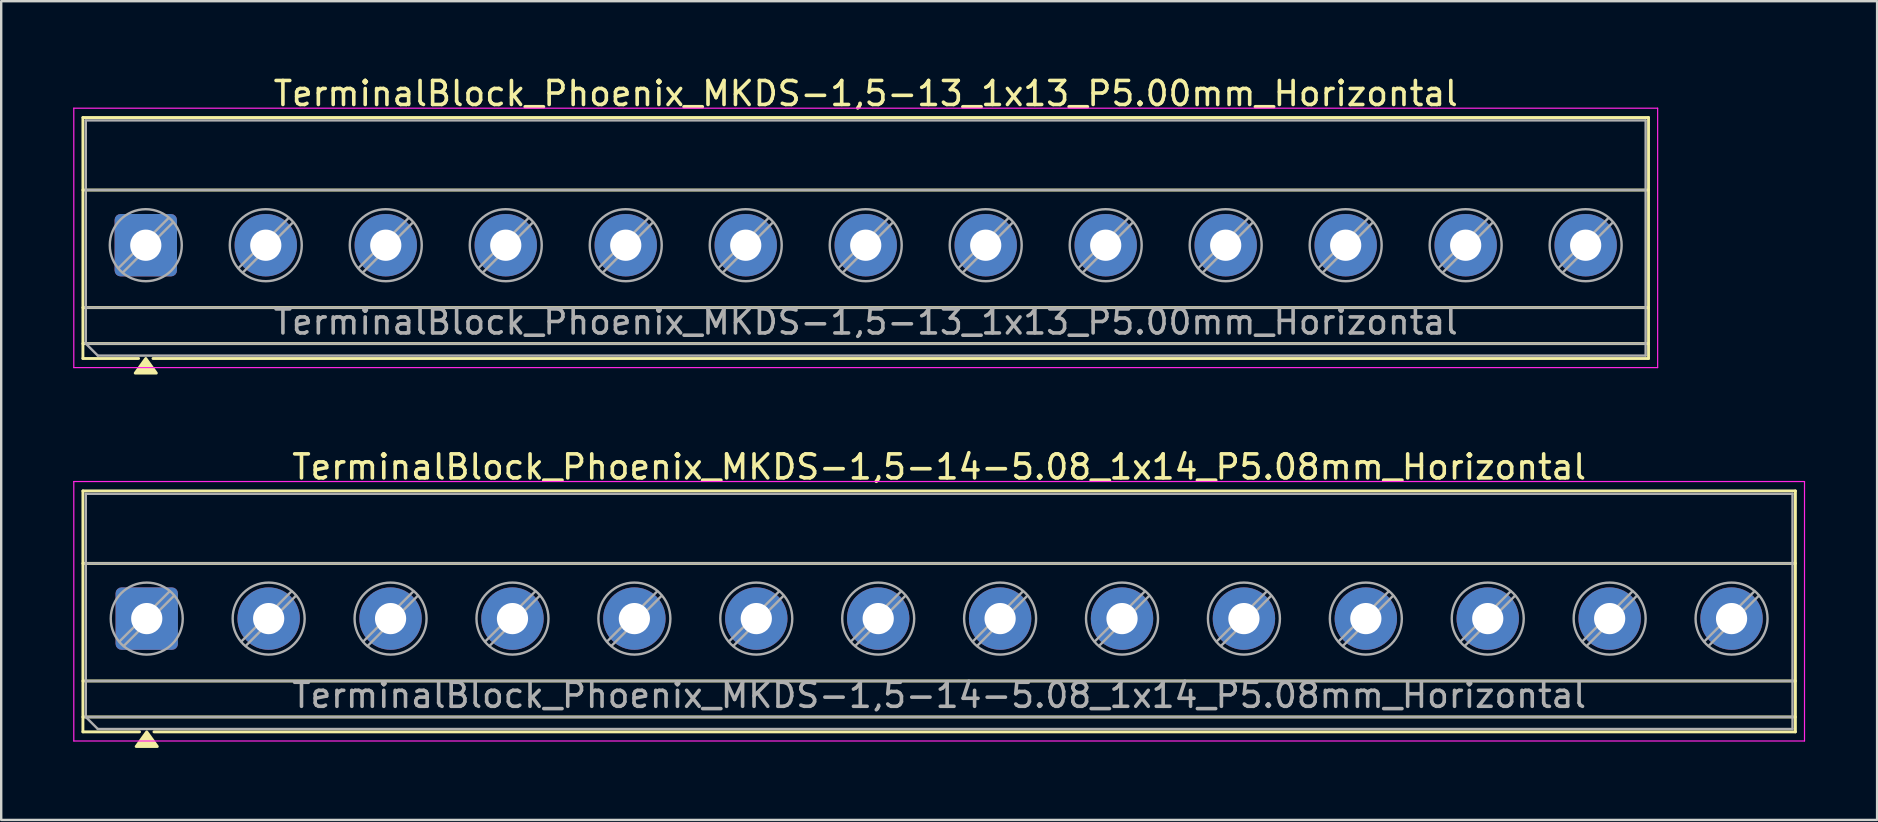
<source format=kicad_pcb>
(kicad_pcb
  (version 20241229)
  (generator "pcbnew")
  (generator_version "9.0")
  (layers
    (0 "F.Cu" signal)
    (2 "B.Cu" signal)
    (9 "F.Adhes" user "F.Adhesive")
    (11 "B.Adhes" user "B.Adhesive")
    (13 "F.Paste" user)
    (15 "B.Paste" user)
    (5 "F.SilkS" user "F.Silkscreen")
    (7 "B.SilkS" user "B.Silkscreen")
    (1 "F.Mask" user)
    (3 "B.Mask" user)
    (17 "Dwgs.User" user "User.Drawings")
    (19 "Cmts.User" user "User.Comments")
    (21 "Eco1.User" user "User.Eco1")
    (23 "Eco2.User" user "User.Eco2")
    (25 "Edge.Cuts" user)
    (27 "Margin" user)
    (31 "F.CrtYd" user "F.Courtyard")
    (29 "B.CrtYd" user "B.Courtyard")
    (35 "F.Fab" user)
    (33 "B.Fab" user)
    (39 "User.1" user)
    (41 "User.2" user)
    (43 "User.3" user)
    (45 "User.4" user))
  (footprint "TerminalBlock_Phoenix_MKDS-1,5-13_1x13_P5.00mm_Horizontal"
    (layer "F.Cu")
    (at 3.025 7.168)
    (property "Reference" "TerminalBlock_Phoenix_MKDS-1,5-13_1x13_P5.00mm_Horizontal" (at 30 -6.32 0) (layer "F.SilkS") (effects (font (size 1 1) (thickness 0.15))))
    (attr through_hole)
    (fp_line (start -2.62 -5.32) (end -2.62 4.72) (stroke (width 0.12) (type solid)) (layer "F.SilkS"))
    (fp_line (start -2.62 -5.32) (end 62.62 -5.32) (stroke (width 0.12) (type solid)) (layer "F.SilkS"))
    (fp_line (start -2.62 -2.3) (end 62.62 -2.3) (stroke (width 0.12) (type solid)) (layer "F.SilkS"))
    (fp_line (start -2.62 2.6) (end 62.62 2.6) (stroke (width 0.12) (type solid)) (layer "F.SilkS"))
    (fp_line (start -2.62 4.1) (end 62.62 4.1) (stroke (width 0.12) (type solid)) (layer "F.SilkS"))
    (fp_line (start -2.62 4.72) (end -0.3 4.72) (stroke (width 0.12) (type solid)) (layer "F.SilkS"))
    (fp_line (start 0.3 4.72) (end 62.62 4.72) (stroke (width 0.12) (type solid)) (layer "F.SilkS"))
    (fp_line (start 62.62 -5.32) (end 62.62 4.72) (stroke (width 0.12) (type solid)) (layer "F.SilkS"))
    (fp_poly (pts (xy 0 4.72) (xy 0.44 5.33) (xy -0.44 5.33)) (stroke (width 0.12) (type solid)) (fill yes) (layer "F.SilkS"))
    (fp_line (start -3 -5.71) (end -3 5.1) (stroke (width 0.05) (type solid)) (layer "F.CrtYd"))
    (fp_line (start -3 5.1) (end 63 5.1) (stroke (width 0.05) (type solid)) (layer "F.CrtYd"))
    (fp_line (start 63 -5.71) (end -3 -5.71) (stroke (width 0.05) (type solid)) (layer "F.CrtYd"))
    (fp_line (start 63 5.1) (end 63 -5.71) (stroke (width 0.05) (type solid)) (layer "F.CrtYd"))
    (fp_line (start -2.5 -5.2) (end 62.5 -5.2) (stroke (width 0.1) (type solid)) (layer "F.Fab"))
    (fp_line (start -2.5 -2.3) (end 62.5 -2.3) (stroke (width 0.1) (type solid)) (layer "F.Fab"))
    (fp_line (start -2.5 2.6) (end 62.5 2.6) (stroke (width 0.1) (type solid)) (layer "F.Fab"))
    (fp_line (start -2.5 4.1) (end -2.5 -5.2) (stroke (width 0.1) (type solid)) (layer "F.Fab"))
    (fp_line (start -2.5 4.1) (end 62.5 4.1) (stroke (width 0.1) (type solid)) (layer "F.Fab"))
    (fp_line (start -2 4.6) (end -2.5 4.1) (stroke (width 0.1) (type solid)) (layer "F.Fab"))
    (fp_line (start 0.955 -1.138) (end -1.138 0.954) (stroke (width 0.1) (type solid)) (layer "F.Fab"))
    (fp_line (start 1.138 -0.954) (end -0.955 1.137) (stroke (width 0.1) (type solid)) (layer "F.Fab"))
    (fp_line (start 5.955 -1.138) (end 3.862 0.954) (stroke (width 0.1) (type solid)) (layer "F.Fab"))
    (fp_line (start 6.138 -0.954) (end 4.045 1.137) (stroke (width 0.1) (type solid)) (layer "F.Fab"))
    (fp_line (start 10.955 -1.138) (end 8.862 0.954) (stroke (width 0.1) (type solid)) (layer "F.Fab"))
    (fp_line (start 11.138 -0.954) (end 9.045 1.137) (stroke (width 0.1) (type solid)) (layer "F.Fab"))
    (fp_line (start 15.955 -1.138) (end 13.862 0.954) (stroke (width 0.1) (type solid)) (layer "F.Fab"))
    (fp_line (start 16.138 -0.954) (end 14.045 1.137) (stroke (width 0.1) (type solid)) (layer "F.Fab"))
    (fp_line (start 20.955 -1.138) (end 18.862 0.954) (stroke (width 0.1) (type solid)) (layer "F.Fab"))
    (fp_line (start 21.138 -0.954) (end 19.045 1.137) (stroke (width 0.1) (type solid)) (layer "F.Fab"))
    (fp_line (start 25.955 -1.138) (end 23.862 0.954) (stroke (width 0.1) (type solid)) (layer "F.Fab"))
    (fp_line (start 26.138 -0.954) (end 24.045 1.137) (stroke (width 0.1) (type solid)) (layer "F.Fab"))
    (fp_line (start 30.955 -1.138) (end 28.862 0.954) (stroke (width 0.1) (type solid)) (layer "F.Fab"))
    (fp_line (start 31.138 -0.954) (end 29.045 1.137) (stroke (width 0.1) (type solid)) (layer "F.Fab"))
    (fp_line (start 35.955 -1.138) (end 33.862 0.954) (stroke (width 0.1) (type solid)) (layer "F.Fab"))
    (fp_line (start 36.138 -0.954) (end 34.045 1.137) (stroke (width 0.1) (type solid)) (layer "F.Fab"))
    (fp_line (start 40.955 -1.138) (end 38.862 0.954) (stroke (width 0.1) (type solid)) (layer "F.Fab"))
    (fp_line (start 41.138 -0.954) (end 39.045 1.137) (stroke (width 0.1) (type solid)) (layer "F.Fab"))
    (fp_line (start 45.955 -1.138) (end 43.862 0.954) (stroke (width 0.1) (type solid)) (layer "F.Fab"))
    (fp_line (start 46.138 -0.954) (end 44.045 1.137) (stroke (width 0.1) (type solid)) (layer "F.Fab"))
    (fp_line (start 50.955 -1.138) (end 48.862 0.954) (stroke (width 0.1) (type solid)) (layer "F.Fab"))
    (fp_line (start 51.138 -0.954) (end 49.045 1.137) (stroke (width 0.1) (type solid)) (layer "F.Fab"))
    (fp_line (start 55.955 -1.138) (end 53.862 0.954) (stroke (width 0.1) (type solid)) (layer "F.Fab"))
    (fp_line (start 56.138 -0.954) (end 54.045 1.137) (stroke (width 0.1) (type solid)) (layer "F.Fab"))
    (fp_line (start 60.955 -1.138) (end 58.862 0.954) (stroke (width 0.1) (type solid)) (layer "F.Fab"))
    (fp_line (start 61.138 -0.954) (end 59.045 1.137) (stroke (width 0.1) (type solid)) (layer "F.Fab"))
    (fp_line (start 62.5 -5.2) (end 62.5 4.6) (stroke (width 0.1) (type solid)) (layer "F.Fab"))
    (fp_line (start 62.5 4.6) (end -2 4.6) (stroke (width 0.1) (type solid)) (layer "F.Fab"))
    (fp_circle (center 0 0) (end 1.5 0) (stroke (width 0.1) (type solid)) (fill no) (layer "F.Fab"))
    (fp_circle (center 5 0) (end 6.5 0) (stroke (width 0.1) (type solid)) (fill no) (layer "F.Fab"))
    (fp_circle (center 10 0) (end 11.5 0) (stroke (width 0.1) (type solid)) (fill no) (layer "F.Fab"))
    (fp_circle (center 15 0) (end 16.5 0) (stroke (width 0.1) (type solid)) (fill no) (layer "F.Fab"))
    (fp_circle (center 20 0) (end 21.5 0) (stroke (width 0.1) (type solid)) (fill no) (layer "F.Fab"))
    (fp_circle (center 25 0) (end 26.5 0) (stroke (width 0.1) (type solid)) (fill no) (layer "F.Fab"))
    (fp_circle (center 30 0) (end 31.5 0) (stroke (width 0.1) (type solid)) (fill no) (layer "F.Fab"))
    (fp_circle (center 35 0) (end 36.5 0) (stroke (width 0.1) (type solid)) (fill no) (layer "F.Fab"))
    (fp_circle (center 40 0) (end 41.5 0) (stroke (width 0.1) (type solid)) (fill no) (layer "F.Fab"))
    (fp_circle (center 45 0) (end 46.5 0) (stroke (width 0.1) (type solid)) (fill no) (layer "F.Fab"))
    (fp_circle (center 50 0) (end 51.5 0) (stroke (width 0.1) (type solid)) (fill no) (layer "F.Fab"))
    (fp_circle (center 55 0) (end 56.5 0) (stroke (width 0.1) (type solid)) (fill no) (layer "F.Fab"))
    (fp_circle (center 60 0) (end 61.5 0) (stroke (width 0.1) (type solid)) (fill no) (layer "F.Fab"))
    (fp_text user "${REFERENCE}" (at 30 3.2 0) (layer "F.Fab") (effects (font (size 1 1) (thickness 0.15))))
    (pad "1" thru_hole roundrect (at 0 0) (size 2.6 2.6) (drill 1.3) (layers "*.Cu" "*.Mask") (roundrect_rratio 0.096))
    (pad "2" thru_hole circle (at 5 0) (size 2.6 2.6) (drill 1.3) (layers "*.Cu" "*.Mask"))
    (pad "3" thru_hole circle (at 10 0) (size 2.6 2.6) (drill 1.3) (layers "*.Cu" "*.Mask"))
    (pad "4" thru_hole circle (at 15 0) (size 2.6 2.6) (drill 1.3) (layers "*.Cu" "*.Mask"))
    (pad "5" thru_hole circle (at 20 0) (size 2.6 2.6) (drill 1.3) (layers "*.Cu" "*.Mask"))
    (pad "6" thru_hole circle (at 25 0) (size 2.6 2.6) (drill 1.3) (layers "*.Cu" "*.Mask"))
    (pad "7" thru_hole circle (at 30 0) (size 2.6 2.6) (drill 1.3) (layers "*.Cu" "*.Mask"))
    (pad "8" thru_hole circle (at 35 0) (size 2.6 2.6) (drill 1.3) (layers "*.Cu" "*.Mask"))
    (pad "9" thru_hole circle (at 40 0) (size 2.6 2.6) (drill 1.3) (layers "*.Cu" "*.Mask"))
    (pad "10" thru_hole circle (at 45 0) (size 2.6 2.6) (drill 1.3) (layers "*.Cu" "*.Mask"))
    (pad "11" thru_hole circle (at 50 0) (size 2.6 2.6) (drill 1.3) (layers "*.Cu" "*.Mask"))
    (pad "12" thru_hole circle (at 55 0) (size 2.6 2.6) (drill 1.3) (layers "*.Cu" "*.Mask"))
    (pad "13" thru_hole circle (at 60 0) (size 2.6 2.6) (drill 1.3) (layers "*.Cu" "*.Mask")))
  (footprint "TerminalBlock_Phoenix_MKDS-1,5-14-5.08_1x14_P5.08mm_Horizontal"
    (layer "F.Cu")
    (at 3.065 22.727)
    (property "Reference" "TerminalBlock_Phoenix_MKDS-1,5-14-5.08_1x14_P5.08mm_Horizontal" (at 33.02 -6.32 0) (layer "F.SilkS") (effects (font (size 1 1) (thickness 0.15))))
    (attr through_hole)
    (fp_line (start -2.66 -5.32) (end -2.66 4.72) (stroke (width 0.12) (type solid)) (layer "F.SilkS"))
    (fp_line (start -2.66 -5.32) (end 68.7 -5.32) (stroke (width 0.12) (type solid)) (layer "F.SilkS"))
    (fp_line (start -2.66 -2.3) (end 68.7 -2.3) (stroke (width 0.12) (type solid)) (layer "F.SilkS"))
    (fp_line (start -2.66 2.6) (end 68.7 2.6) (stroke (width 0.12) (type solid)) (layer "F.SilkS"))
    (fp_line (start -2.66 4.1) (end 68.7 4.1) (stroke (width 0.12) (type solid)) (layer "F.SilkS"))
    (fp_line (start -2.66 4.72) (end -0.3 4.72) (stroke (width 0.12) (type solid)) (layer "F.SilkS"))
    (fp_line (start 0.3 4.72) (end 68.7 4.72) (stroke (width 0.12) (type solid)) (layer "F.SilkS"))
    (fp_line (start 68.7 -5.32) (end 68.7 4.72) (stroke (width 0.12) (type solid)) (layer "F.SilkS"))
    (fp_poly (pts (xy 0 4.72) (xy 0.44 5.33) (xy -0.44 5.33)) (stroke (width 0.12) (type solid)) (fill yes) (layer "F.SilkS"))
    (fp_line (start -3.04 -5.71) (end -3.04 5.1) (stroke (width 0.05) (type solid)) (layer "F.CrtYd"))
    (fp_line (start -3.04 5.1) (end 69.08 5.1) (stroke (width 0.05) (type solid)) (layer "F.CrtYd"))
    (fp_line (start 69.08 -5.71) (end -3.04 -5.71) (stroke (width 0.05) (type solid)) (layer "F.CrtYd"))
    (fp_line (start 69.08 5.1) (end 69.08 -5.71) (stroke (width 0.05) (type solid)) (layer "F.CrtYd"))
    (fp_line (start -2.54 -5.2) (end 68.58 -5.2) (stroke (width 0.1) (type solid)) (layer "F.Fab"))
    (fp_line (start -2.54 -2.3) (end 68.58 -2.3) (stroke (width 0.1) (type solid)) (layer "F.Fab"))
    (fp_line (start -2.54 2.6) (end 68.58 2.6) (stroke (width 0.1) (type solid)) (layer "F.Fab"))
    (fp_line (start -2.54 4.1) (end -2.54 -5.2) (stroke (width 0.1) (type solid)) (layer "F.Fab"))
    (fp_line (start -2.54 4.1) (end 68.58 4.1) (stroke (width 0.1) (type solid)) (layer "F.Fab"))
    (fp_line (start -2.04 4.6) (end -2.54 4.1) (stroke (width 0.1) (type solid)) (layer "F.Fab"))
    (fp_line (start 0.955 -1.138) (end -1.138 0.954) (stroke (width 0.1) (type solid)) (layer "F.Fab"))
    (fp_line (start 1.138 -0.954) (end -0.955 1.137) (stroke (width 0.1) (type solid)) (layer "F.Fab"))
    (fp_line (start 6.035 -1.138) (end 3.942 0.954) (stroke (width 0.1) (type solid)) (layer "F.Fab"))
    (fp_line (start 6.218 -0.954) (end 4.125 1.137) (stroke (width 0.1) (type solid)) (layer "F.Fab"))
    (fp_line (start 11.115 -1.138) (end 9.022 0.954) (stroke (width 0.1) (type solid)) (layer "F.Fab"))
    (fp_line (start 11.298 -0.954) (end 9.205 1.137) (stroke (width 0.1) (type solid)) (layer "F.Fab"))
    (fp_line (start 16.195 -1.138) (end 14.102 0.954) (stroke (width 0.1) (type solid)) (layer "F.Fab"))
    (fp_line (start 16.378 -0.954) (end 14.285 1.137) (stroke (width 0.1) (type solid)) (layer "F.Fab"))
    (fp_line (start 21.275 -1.138) (end 19.182 0.954) (stroke (width 0.1) (type solid)) (layer "F.Fab"))
    (fp_line (start 21.458 -0.954) (end 19.365 1.137) (stroke (width 0.1) (type solid)) (layer "F.Fab"))
    (fp_line (start 26.355 -1.138) (end 24.262 0.954) (stroke (width 0.1) (type solid)) (layer "F.Fab"))
    (fp_line (start 26.538 -0.954) (end 24.445 1.137) (stroke (width 0.1) (type solid)) (layer "F.Fab"))
    (fp_line (start 31.435 -1.138) (end 29.342 0.954) (stroke (width 0.1) (type solid)) (layer "F.Fab"))
    (fp_line (start 31.618 -0.954) (end 29.525 1.137) (stroke (width 0.1) (type solid)) (layer "F.Fab"))
    (fp_line (start 36.515 -1.138) (end 34.422 0.954) (stroke (width 0.1) (type solid)) (layer "F.Fab"))
    (fp_line (start 36.698 -0.954) (end 34.605 1.137) (stroke (width 0.1) (type solid)) (layer "F.Fab"))
    (fp_line (start 41.595 -1.138) (end 39.502 0.954) (stroke (width 0.1) (type solid)) (layer "F.Fab"))
    (fp_line (start 41.778 -0.954) (end 39.685 1.137) (stroke (width 0.1) (type solid)) (layer "F.Fab"))
    (fp_line (start 46.675 -1.138) (end 44.582 0.954) (stroke (width 0.1) (type solid)) (layer "F.Fab"))
    (fp_line (start 46.858 -0.954) (end 44.765 1.137) (stroke (width 0.1) (type solid)) (layer "F.Fab"))
    (fp_line (start 51.755 -1.138) (end 49.662 0.954) (stroke (width 0.1) (type solid)) (layer "F.Fab"))
    (fp_line (start 51.938 -0.954) (end 49.845 1.137) (stroke (width 0.1) (type solid)) (layer "F.Fab"))
    (fp_line (start 56.835 -1.138) (end 54.742 0.954) (stroke (width 0.1) (type solid)) (layer "F.Fab"))
    (fp_line (start 57.018 -0.954) (end 54.925 1.137) (stroke (width 0.1) (type solid)) (layer "F.Fab"))
    (fp_line (start 61.915 -1.138) (end 59.822 0.954) (stroke (width 0.1) (type solid)) (layer "F.Fab"))
    (fp_line (start 62.098 -0.954) (end 60.005 1.137) (stroke (width 0.1) (type solid)) (layer "F.Fab"))
    (fp_line (start 66.995 -1.138) (end 64.902 0.954) (stroke (width 0.1) (type solid)) (layer "F.Fab"))
    (fp_line (start 67.178 -0.954) (end 65.085 1.137) (stroke (width 0.1) (type solid)) (layer "F.Fab"))
    (fp_line (start 68.58 -5.2) (end 68.58 4.6) (stroke (width 0.1) (type solid)) (layer "F.Fab"))
    (fp_line (start 68.58 4.6) (end -2.04 4.6) (stroke (width 0.1) (type solid)) (layer "F.Fab"))
    (fp_circle (center 0 0) (end 1.5 0) (stroke (width 0.1) (type solid)) (fill no) (layer "F.Fab"))
    (fp_circle (center 5.08 0) (end 6.58 0) (stroke (width 0.1) (type solid)) (fill no) (layer "F.Fab"))
    (fp_circle (center 10.16 0) (end 11.66 0) (stroke (width 0.1) (type solid)) (fill no) (layer "F.Fab"))
    (fp_circle (center 15.24 0) (end 16.74 0) (stroke (width 0.1) (type solid)) (fill no) (layer "F.Fab"))
    (fp_circle (center 20.32 0) (end 21.82 0) (stroke (width 0.1) (type solid)) (fill no) (layer "F.Fab"))
    (fp_circle (center 25.4 0) (end 26.9 0) (stroke (width 0.1) (type solid)) (fill no) (layer "F.Fab"))
    (fp_circle (center 30.48 0) (end 31.98 0) (stroke (width 0.1) (type solid)) (fill no) (layer "F.Fab"))
    (fp_circle (center 35.56 0) (end 37.06 0) (stroke (width 0.1) (type solid)) (fill no) (layer "F.Fab"))
    (fp_circle (center 40.64 0) (end 42.14 0) (stroke (width 0.1) (type solid)) (fill no) (layer "F.Fab"))
    (fp_circle (center 45.72 0) (end 47.22 0) (stroke (width 0.1) (type solid)) (fill no) (layer "F.Fab"))
    (fp_circle (center 50.8 0) (end 52.3 0) (stroke (width 0.1) (type solid)) (fill no) (layer "F.Fab"))
    (fp_circle (center 55.88 0) (end 57.38 0) (stroke (width 0.1) (type solid)) (fill no) (layer "F.Fab"))
    (fp_circle (center 60.96 0) (end 62.46 0) (stroke (width 0.1) (type solid)) (fill no) (layer "F.Fab"))
    (fp_circle (center 66.04 0) (end 67.54 0) (stroke (width 0.1) (type solid)) (fill no) (layer "F.Fab"))
    (fp_text user "${REFERENCE}" (at 33.02 3.2 0) (layer "F.Fab") (effects (font (size 1 1) (thickness 0.15))))
    (pad "1" thru_hole roundrect (at 0 0) (size 2.6 2.6) (drill 1.3) (layers "*.Cu" "*.Mask") (roundrect_rratio 0.096))
    (pad "2" thru_hole circle (at 5.08 0) (size 2.6 2.6) (drill 1.3) (layers "*.Cu" "*.Mask"))
    (pad "3" thru_hole circle (at 10.16 0) (size 2.6 2.6) (drill 1.3) (layers "*.Cu" "*.Mask"))
    (pad "4" thru_hole circle (at 15.24 0) (size 2.6 2.6) (drill 1.3) (layers "*.Cu" "*.Mask"))
    (pad "5" thru_hole circle (at 20.32 0) (size 2.6 2.6) (drill 1.3) (layers "*.Cu" "*.Mask"))
    (pad "6" thru_hole circle (at 25.4 0) (size 2.6 2.6) (drill 1.3) (layers "*.Cu" "*.Mask"))
    (pad "7" thru_hole circle (at 30.48 0) (size 2.6 2.6) (drill 1.3) (layers "*.Cu" "*.Mask"))
    (pad "8" thru_hole circle (at 35.56 0) (size 2.6 2.6) (drill 1.3) (layers "*.Cu" "*.Mask"))
    (pad "9" thru_hole circle (at 40.64 0) (size 2.6 2.6) (drill 1.3) (layers "*.Cu" "*.Mask"))
    (pad "10" thru_hole circle (at 45.72 0) (size 2.6 2.6) (drill 1.3) (layers "*.Cu" "*.Mask"))
    (pad "11" thru_hole circle (at 50.8 0) (size 2.6 2.6) (drill 1.3) (layers "*.Cu" "*.Mask"))
    (pad "12" thru_hole circle (at 55.88 0) (size 2.6 2.6) (drill 1.3) (layers "*.Cu" "*.Mask"))
    (pad "13" thru_hole circle (at 60.96 0) (size 2.6 2.6) (drill 1.3) (layers "*.Cu" "*.Mask"))
    (pad "14" thru_hole circle (at 66.04 0) (size 2.6 2.6) (drill 1.3) (layers "*.Cu" "*.Mask")))
  (gr_rect
    (start -3 -3)
    (end 75.17 31.116)
    (stroke (width 0.1) (type default))
    (fill no)
    (layer "Edge.Cuts")))
</source>
